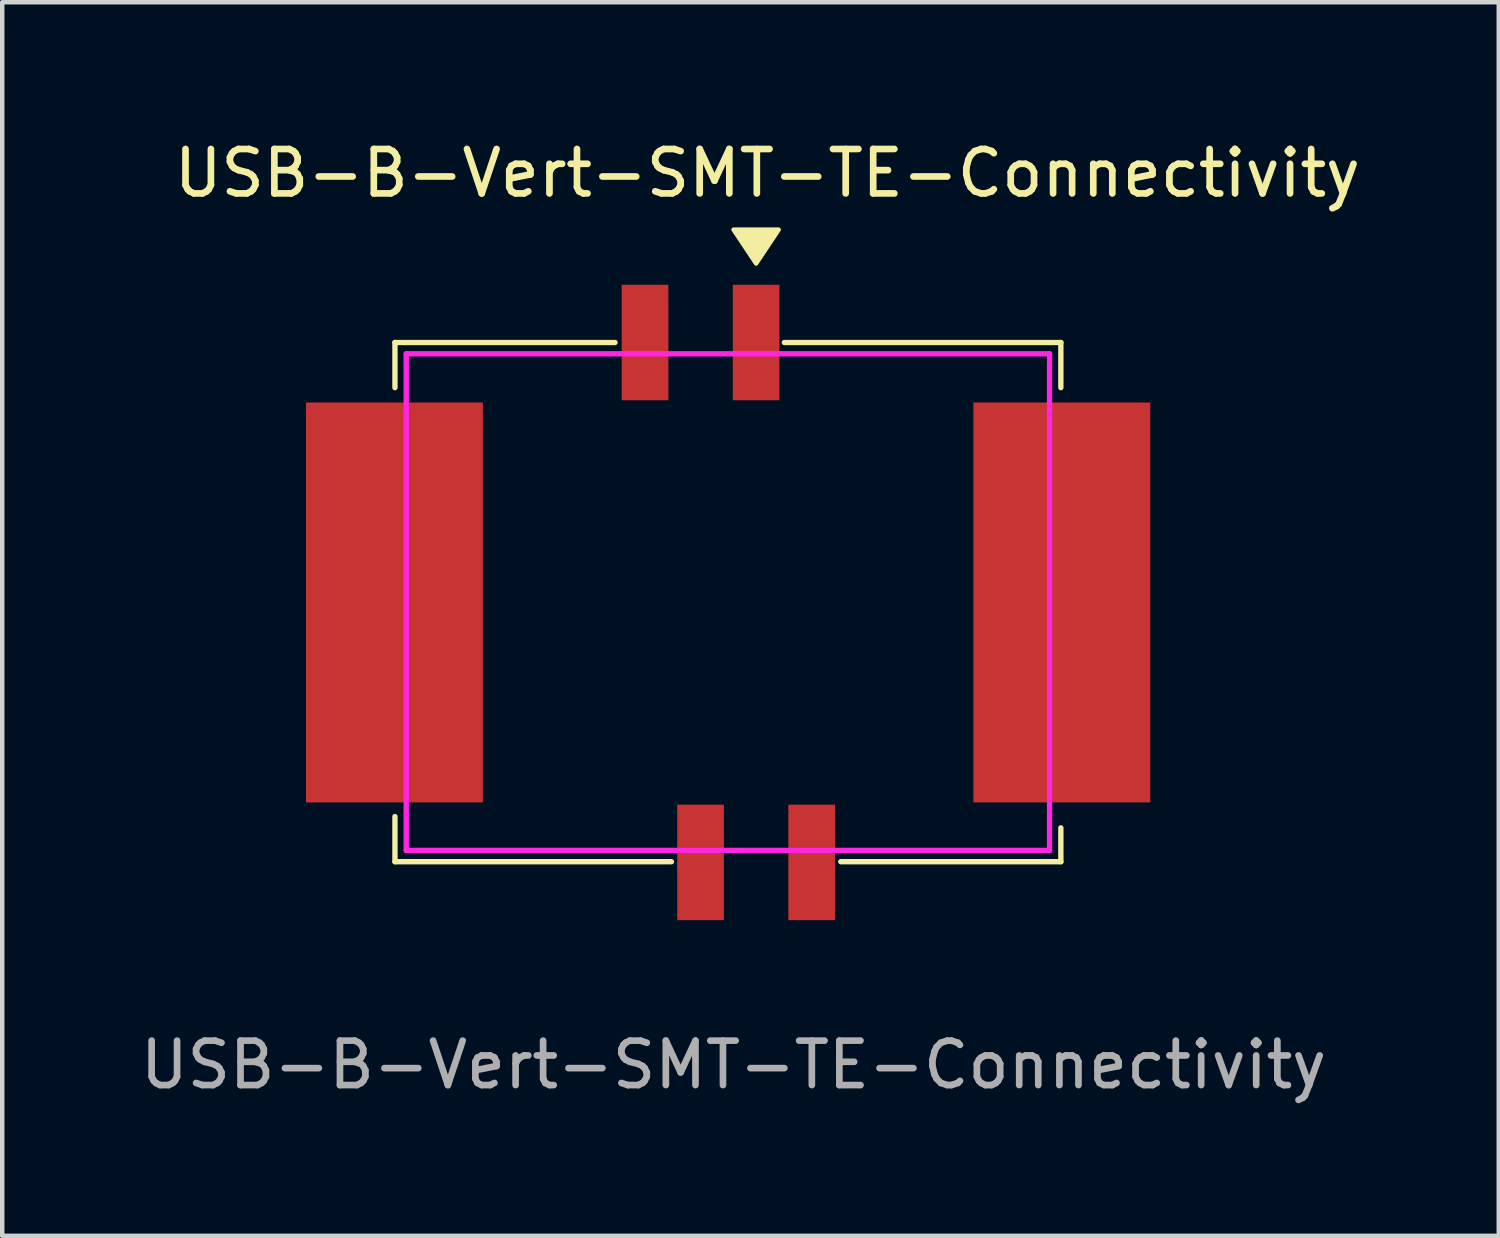
<source format=kicad_pcb>
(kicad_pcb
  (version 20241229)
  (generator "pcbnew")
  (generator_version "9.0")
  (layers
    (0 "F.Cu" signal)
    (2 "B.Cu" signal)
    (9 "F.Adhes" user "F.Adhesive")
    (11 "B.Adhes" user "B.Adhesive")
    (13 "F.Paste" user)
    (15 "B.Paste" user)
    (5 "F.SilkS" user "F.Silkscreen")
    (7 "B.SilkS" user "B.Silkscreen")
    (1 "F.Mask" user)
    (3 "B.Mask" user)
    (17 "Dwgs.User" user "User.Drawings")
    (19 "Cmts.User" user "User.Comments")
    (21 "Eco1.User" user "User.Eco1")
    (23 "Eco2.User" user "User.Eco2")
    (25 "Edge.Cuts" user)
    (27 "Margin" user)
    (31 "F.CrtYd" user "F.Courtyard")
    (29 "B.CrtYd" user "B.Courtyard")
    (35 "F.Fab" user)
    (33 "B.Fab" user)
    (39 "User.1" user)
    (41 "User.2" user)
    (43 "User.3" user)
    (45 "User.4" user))
  (footprint "USB-B-Vert-SMT-TE-Connectivity"
    (layer "F.Cu")
    (at 13.966 4.658)
    (property "Reference" "USB-B-Vert-SMT-TE-Connectivity" (at 0.254 -3.81 0) (layer "F.SilkS") (effects (font (size 1 1) (thickness 0.15))))
    (attr smd)
    (fp_line (start -8.128 0) (end -3.175 0) (stroke (width 0.12) (type solid)) (layer "F.SilkS"))
    (fp_line (start -8.128 1.016) (end -8.128 0) (stroke (width 0.12) (type solid)) (layer "F.SilkS"))
    (fp_line (start -8.128 10.668) (end -8.128 11.684) (stroke (width 0.12) (type solid)) (layer "F.SilkS"))
    (fp_line (start -8.128 11.684) (end -1.905 11.684) (stroke (width 0.12) (type solid)) (layer "F.SilkS"))
    (fp_line (start 6.858 0) (end 0.635 0) (stroke (width 0.12) (type solid)) (layer "F.SilkS"))
    (fp_line (start 6.858 0) (end 6.858 1.016) (stroke (width 0.12) (type solid)) (layer "F.SilkS"))
    (fp_line (start 6.858 11.684) (end 1.905 11.684) (stroke (width 0.12) (type solid)) (layer "F.SilkS"))
    (fp_line (start 6.858 11.684) (end 6.858 10.922) (stroke (width 0.12) (type solid)) (layer "F.SilkS"))
    (fp_poly (pts (xy 0 -1.778) (xy -0.508 -2.54) (xy 0.508 -2.54)) (stroke (width 0.1) (type solid)) (fill yes) (layer "F.SilkS"))
    (fp_line (start -7.874 11.43) (end -7.874 0.254) (stroke (width 0.12) (type solid)) (layer "F.CrtYd"))
    (fp_line (start -7.874 11.43) (end 6.604 11.43) (stroke (width 0.12) (type solid)) (layer "F.CrtYd"))
    (fp_line (start 6.604 0.254) (end -7.874 0.254) (stroke (width 0.12) (type solid)) (layer "F.CrtYd"))
    (fp_line (start 6.604 0.254) (end 6.604 11.43) (stroke (width 0.12) (type solid)) (layer "F.CrtYd"))
    (fp_text user "${REFERENCE}" (at -0.508 16.256 0) (layer "F.Fab") (effects (font (size 1 1) (thickness 0.15))))
    (pad "" smd rect (at -8.14 5.85) (size 3.98 9) (layers "F.Cu" "F.Mask" "F.Paste"))
    (pad "" smd rect (at 6.88 5.85) (size 3.98 9) (layers "F.Cu" "F.Mask" "F.Paste"))
    (pad "1" smd rect (at 0 0) (size 1.05 2.6) (layers "F.Cu" "F.Mask" "F.Paste"))
    (pad "2" smd rect (at -2.5 0) (size 1.05 2.6) (layers "F.Cu" "F.Mask" "F.Paste"))
    (pad "3" smd rect (at -1.25 11.7) (size 1.05 2.6) (layers "F.Cu" "F.Mask" "F.Paste"))
    (pad "4" smd rect (at 1.25 11.7) (size 1.05 2.6) (layers "F.Cu" "F.Mask" "F.Paste")))
  (gr_rect
    (start -3 -3)
    (end 30.679 24.762)
    (stroke (width 0.1) (type default))
    (fill no)
    (layer "Edge.Cuts")))
</source>
